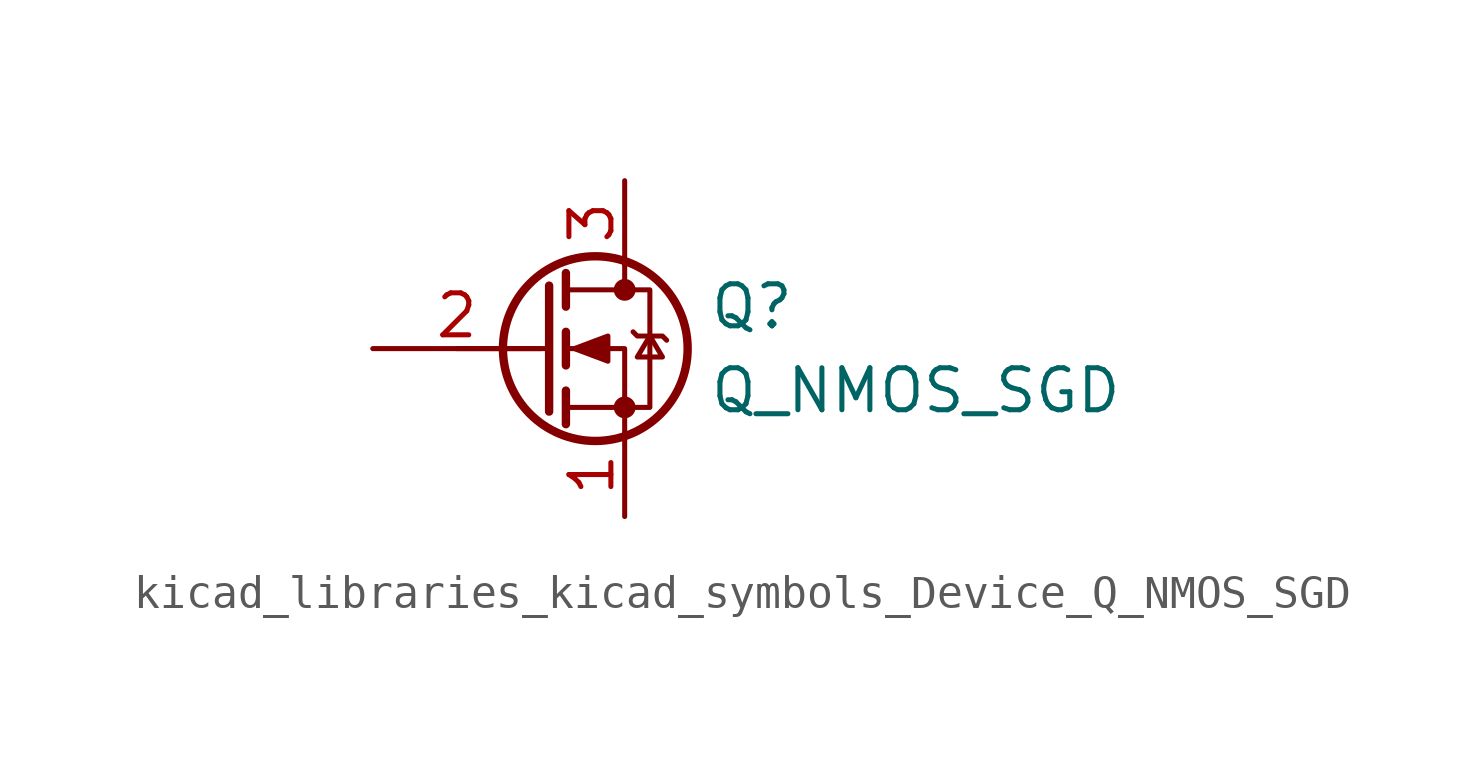
<source format=kicad_sym>
(kicad_symbol_lib
  (version 20220914)
  (generator kicad_symbol_editor)
  (symbol "kicad_libraries_kicad_symbols_Device_Q_NMOS_SGD"
    (pin_names
      (offset 0) hide)
    (property "Reference" "Q"
      (at 5.08 1.27 0)
      (effects (font (size 1.27 1.27)) (justify left)))
    (property "Value" "Q_NMOS_SGD"
      (at 5.08 -1.27 0)
      (effects (font (size 1.27 1.27)) (justify left)))
    (symbol "kicad_libraries_kicad_symbols_Device_Q_NMOS_SGD_0_1"
      (polyline (pts (xy 0.254 0) (xy -2.54 0)) (stroke (width 0) (type default)) (fill (type none)))
      (polyline (pts (xy 0.254 1.905) (xy 0.254 -1.905)) (stroke (width 0.254) (type default)) (fill (type none)))
      (polyline (pts (xy 0.762 -1.27) (xy 0.762 -2.286)) (stroke (width 0.254) (type default)) (fill (type none)))
      (polyline (pts (xy 0.762 0.508) (xy 0.762 -0.508)) (stroke (width 0.254) (type default)) (fill (type none)))
      (polyline (pts (xy 0.762 2.286) (xy 0.762 1.27)) (stroke (width 0.254) (type default)) (fill (type none)))
      (polyline (pts (xy 2.54 2.54) (xy 2.54 1.778)) (stroke (width 0) (type default)) (fill (type none)))
      (polyline (pts (xy 2.54 -2.54) (xy 2.54 0) (xy 0.762 0)) (stroke (width 0) (type default)) (fill (type none)))
      (polyline (pts (xy 0.762 -1.778) (xy 3.302 -1.778) (xy 3.302 1.778) (xy 0.762 1.778)) (stroke (width 0) (type default)) (fill (type none)))
      (polyline (pts (xy 1.016 0) (xy 2.032 0.381) (xy 2.032 -0.381) (xy 1.016 0)) (stroke (width 0) (type default)) (fill (type outline)))
      (polyline (pts (xy 2.794 0.508) (xy 2.921 0.381) (xy 3.683 0.381) (xy 3.81 0.254)) (stroke (width 0) (type default)) (fill (type none)))
      (polyline (pts (xy 3.302 0.381) (xy 2.921 -0.254) (xy 3.683 -0.254) (xy 3.302 0.381)) (stroke (width 0) (type default)) (fill (type none)))
      (circle (center 1.651 0) (radius 2.794) (stroke (width 0.254) (type default)) (fill (type none)))
      (circle (center 2.54 -1.778) (radius 0.254) (stroke (width 0) (type default)) (fill (type outline)))
      (circle (center 2.54 1.778) (radius 0.254) (stroke (width 0) (type default)) (fill (type outline))))
    (symbol "kicad_libraries_kicad_symbols_Device_Q_NMOS_SGD_1_1"
      (pin passive line (at 2.54 -5.08 90) (length 2.54) (name "S" (effects (font (size 1.27 1.27)))) (number "1" (effects (font (size 1.27 1.27)))))
      (pin input line (at -5.08 0 0) (length 5.08) (name "G" (effects (font (size 1.27 1.27)))) (number "2" (effects (font (size 1.27 1.27)))))
      (pin passive line (at 2.54 5.08 270) (length 2.54) (name "D" (effects (font (size 1.27 1.27)))) (number "3" (effects (font (size 1.27 1.27))))))))
</source>
